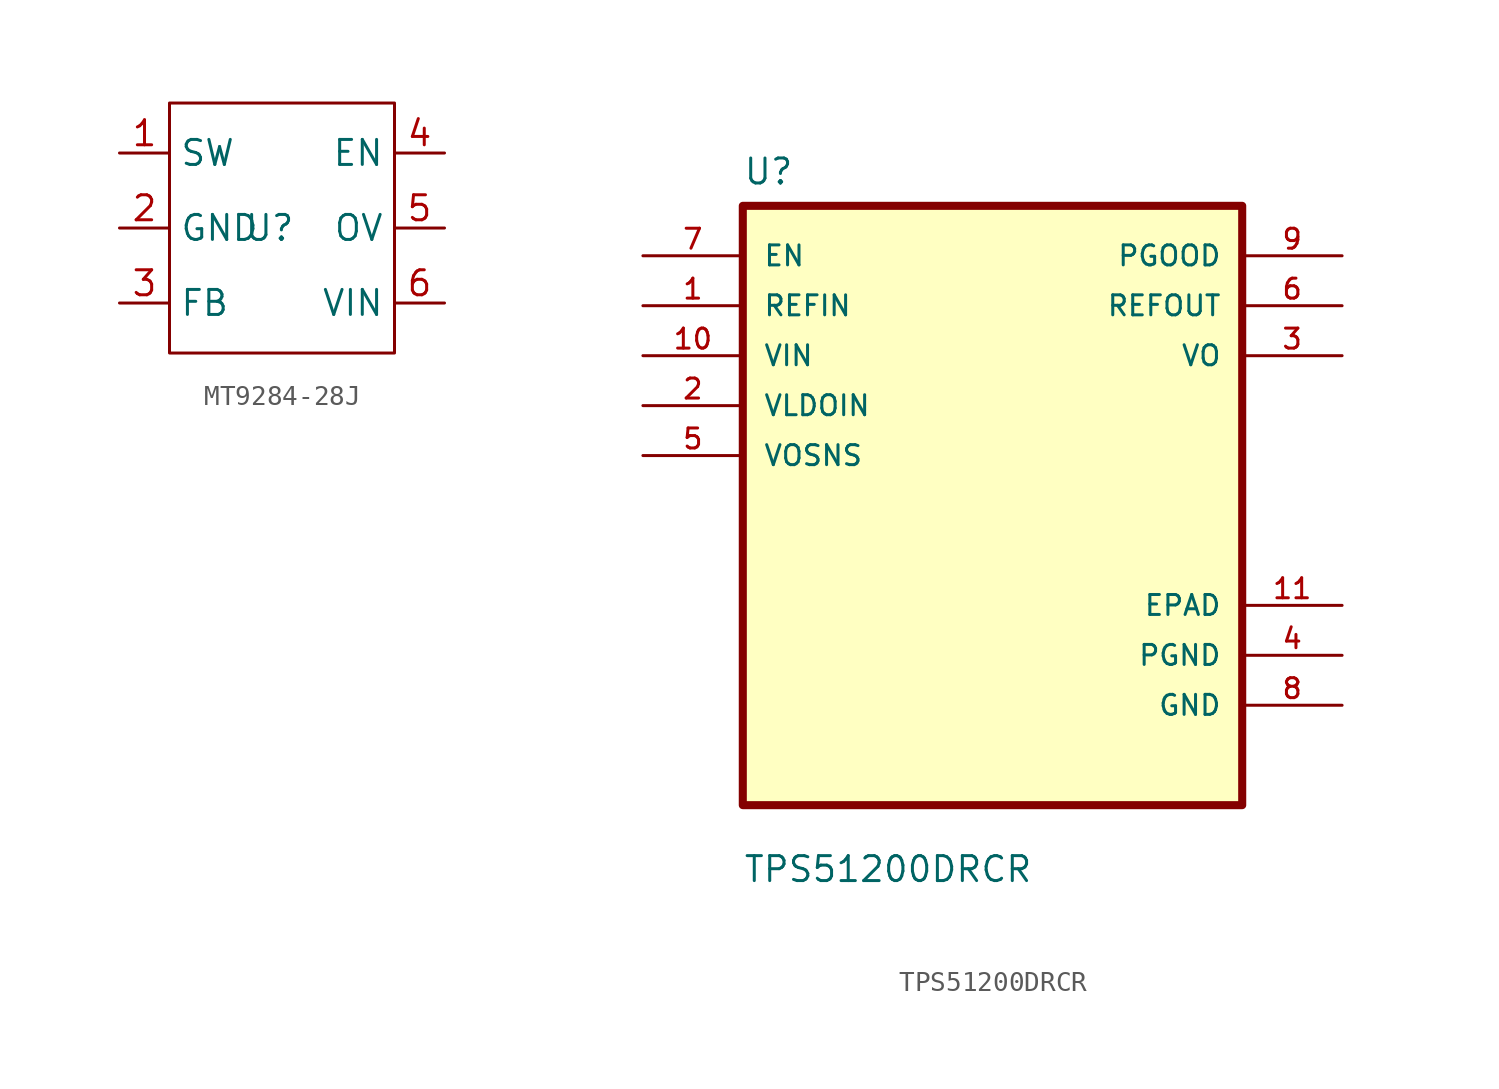
<source format=kicad_sym>
(kicad_symbol_lib
  (version 20231120)
  (generator "kicad_symbol_editor")
  (generator_version "8.0")
  (symbol "MT9284-28J"
    (property "Reference" "U"
      (at 0 0 0)
      (effects (font (size 1.27 1.27))))
    (property "Value" ""
      (at 0 0 0)
      (effects (font (size 1.27 1.27))))
    (symbol "MT9284-28J_0_1"
      (rectangle (start -5.08 6.35) (end 6.35 -6.35) (stroke (width 0) (type default)) (fill (type none))))
    (symbol "MT9284-28J_1_1"
      (pin unspecified line (at -7.62 3.81 0) (length 2.54) (name "SW" (effects (font (size 1.27 1.27)))) (number "1" (effects (font (size 1.27 1.27)))))
      (pin unspecified line (at -7.62 0 0) (length 2.54) (name "GND" (effects (font (size 1.27 1.27)))) (number "2" (effects (font (size 1.27 1.27)))))
      (pin unspecified line (at -7.62 -3.81 0) (length 2.54) (name "FB" (effects (font (size 1.27 1.27)))) (number "3" (effects (font (size 1.27 1.27)))))
      (pin unspecified line (at 8.89 3.81 180) (length 2.54) (name "EN" (effects (font (size 1.27 1.27)))) (number "4" (effects (font (size 1.27 1.27)))))
      (pin unspecified line (at 8.89 0 180) (length 2.54) (name "OV" (effects (font (size 1.27 1.27)))) (number "5" (effects (font (size 1.27 1.27)))))
      (pin unspecified line (at 8.89 -3.81 180) (length 2.54) (name "VIN" (effects (font (size 1.27 1.27)))) (number "6" (effects (font (size 1.27 1.27)))))))
  (symbol "TPS51200DRCR"
    (pin_names
      (offset 1.016))
    (property "Reference" "U"
      (at -12.7 16.24 0)
      (effects (font (size 1.27 1.27)) (justify left bottom)))
    (property "Value" "TPS51200DRCR"
      (at -12.7 -19.24 0)
      (effects (font (size 1.27 1.27)) (justify left bottom)))
    (symbol "TPS51200DRCR_0_0"
      (rectangle (start -12.7 -15.24) (end 12.7 15.24) (stroke (width 0.41) (type default)) (fill (type background)))
      (pin input line (at -17.78 10.16 0) (length 5.08) (name "REFIN" (effects (font (size 1.016 1.016)))) (number "1" (effects (font (size 1.016 1.016)))))
      (pin input line (at -17.78 7.62 0) (length 5.08) (name "VIN" (effects (font (size 1.016 1.016)))) (number "10" (effects (font (size 1.016 1.016)))))
      (pin power_in line (at 17.78 -5.08 180) (length 5.08) (name "EPAD" (effects (font (size 1.016 1.016)))) (number "11" (effects (font (size 1.016 1.016)))))
      (pin input line (at -17.78 5.08 0) (length 5.08) (name "VLDOIN" (effects (font (size 1.016 1.016)))) (number "2" (effects (font (size 1.016 1.016)))))
      (pin output line (at 17.78 7.62 180) (length 5.08) (name "VO" (effects (font (size 1.016 1.016)))) (number "3" (effects (font (size 1.016 1.016)))))
      (pin power_in line (at 17.78 -7.62 180) (length 5.08) (name "PGND" (effects (font (size 1.016 1.016)))) (number "4" (effects (font (size 1.016 1.016)))))
      (pin input line (at -17.78 2.54 0) (length 5.08) (name "VOSNS" (effects (font (size 1.016 1.016)))) (number "5" (effects (font (size 1.016 1.016)))))
      (pin output line (at 17.78 10.16 180) (length 5.08) (name "REFOUT" (effects (font (size 1.016 1.016)))) (number "6" (effects (font (size 1.016 1.016)))))
      (pin input line (at -17.78 12.7 0) (length 5.08) (name "EN" (effects (font (size 1.016 1.016)))) (number "7" (effects (font (size 1.016 1.016)))))
      (pin power_in line (at 17.78 -10.16 180) (length 5.08) (name "GND" (effects (font (size 1.016 1.016)))) (number "8" (effects (font (size 1.016 1.016)))))
      (pin output line (at 17.78 12.7 180) (length 5.08) (name "PGOOD" (effects (font (size 1.016 1.016)))) (number "9" (effects (font (size 1.016 1.016))))))))
</source>
